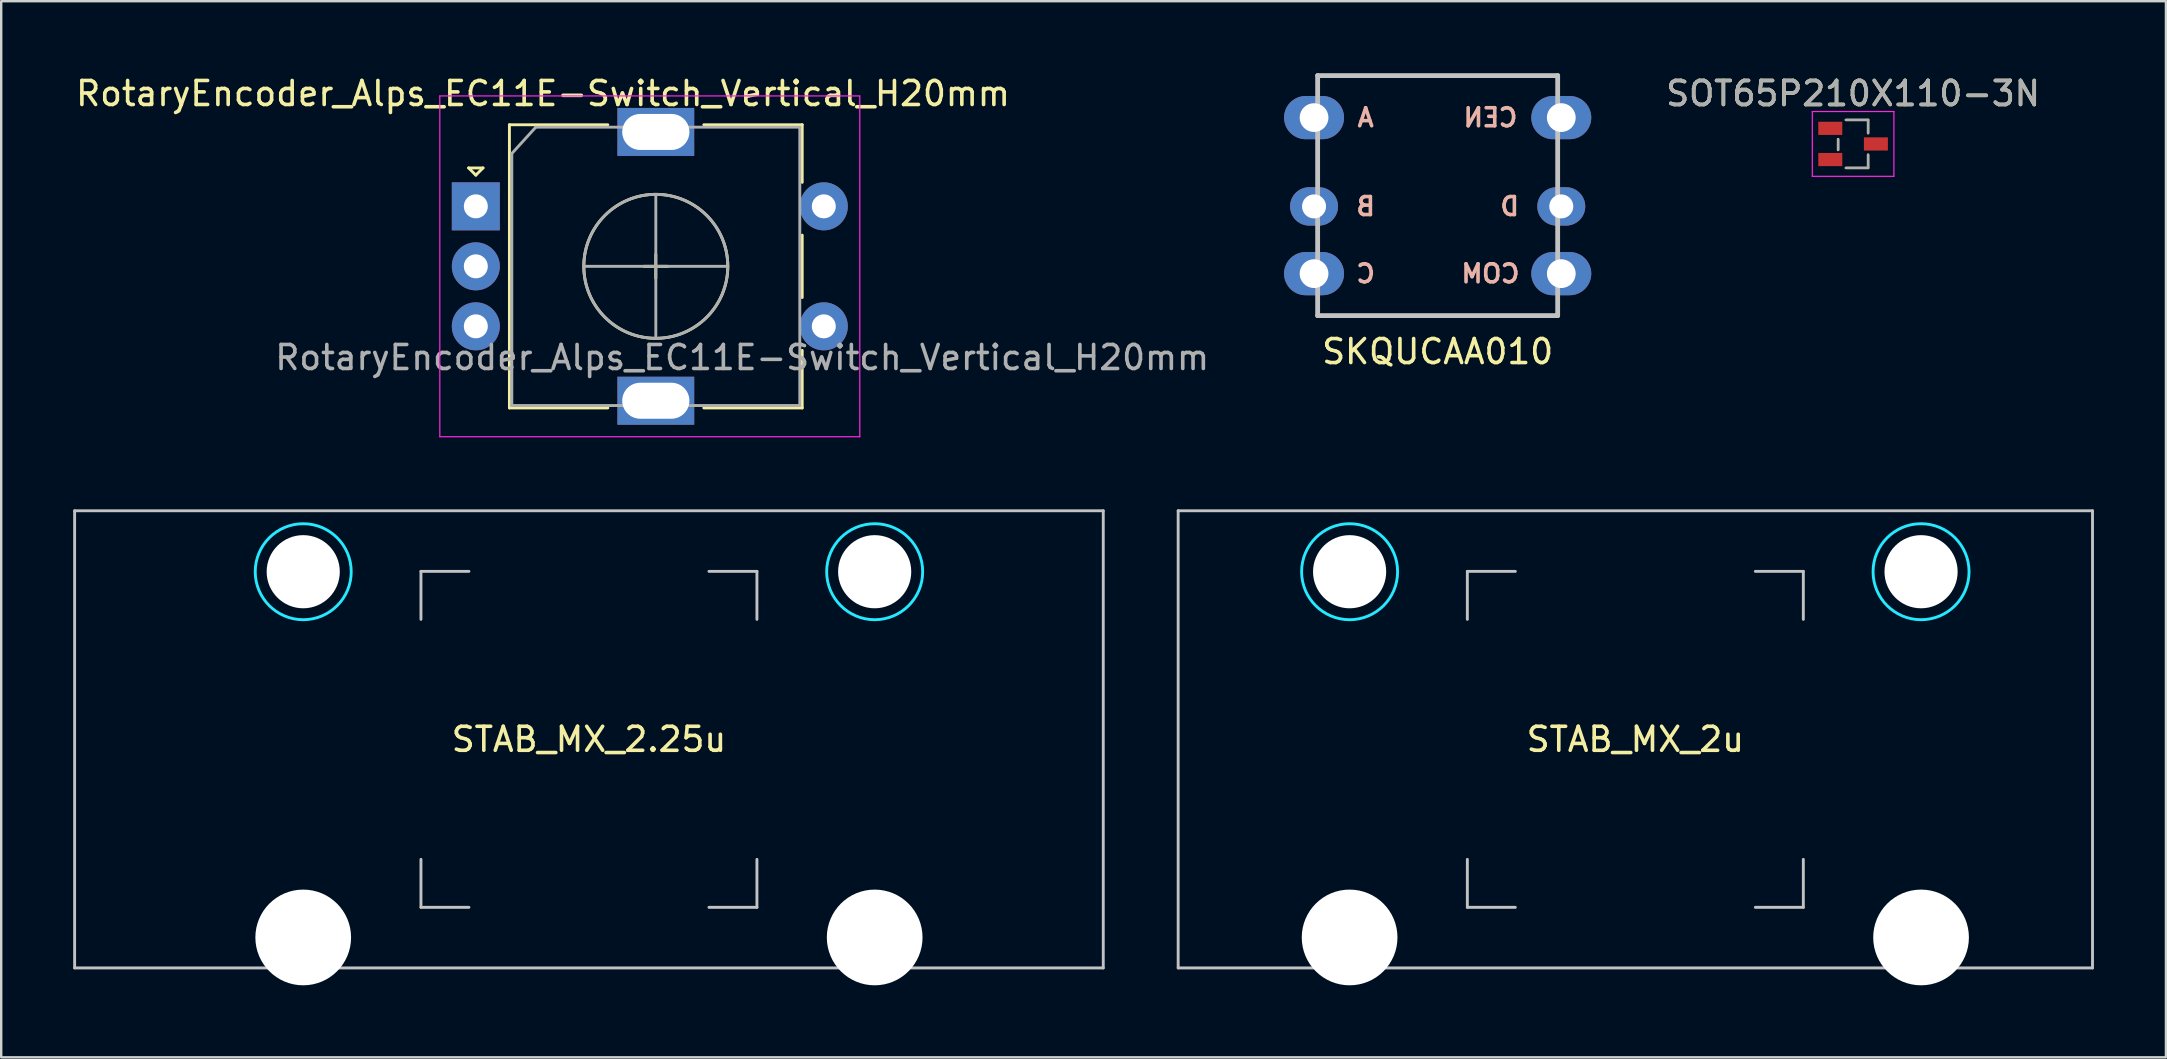
<source format=kicad_pcb>
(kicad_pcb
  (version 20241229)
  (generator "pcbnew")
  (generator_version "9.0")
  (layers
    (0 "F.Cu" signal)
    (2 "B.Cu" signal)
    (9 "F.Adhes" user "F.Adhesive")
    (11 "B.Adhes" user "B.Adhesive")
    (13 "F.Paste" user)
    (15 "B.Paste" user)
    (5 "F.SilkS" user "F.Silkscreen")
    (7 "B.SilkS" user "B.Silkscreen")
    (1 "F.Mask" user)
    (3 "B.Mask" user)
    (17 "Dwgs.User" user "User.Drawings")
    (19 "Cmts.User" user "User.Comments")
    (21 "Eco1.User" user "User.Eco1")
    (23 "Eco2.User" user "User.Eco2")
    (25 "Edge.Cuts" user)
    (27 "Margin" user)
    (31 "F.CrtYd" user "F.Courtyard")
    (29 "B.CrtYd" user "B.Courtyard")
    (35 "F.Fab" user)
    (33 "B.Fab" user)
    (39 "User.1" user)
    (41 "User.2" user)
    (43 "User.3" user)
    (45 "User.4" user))
  (footprint "STAB_MX_2.25u"
    (layer "F.Cu")
    (at 21.491 27.758)
    (property "Reference" "STAB_MX_2.25u" (at 0 0 0) (layer "F.SilkS") (effects (font (size 1 1) (thickness 0.15))))
    (attr through_hole exclude_from_pos_files exclude_from_bom)
    (fp_line (start -21.431 -9.525) (end -21.431 9.525) (stroke (width 0.12) (type solid)) (layer "Dwgs.User"))
    (fp_line (start -21.431 -9.525) (end 21.431 -9.525) (stroke (width 0.12) (type solid)) (layer "Dwgs.User"))
    (fp_line (start -21.431 9.525) (end 21.431 9.525) (stroke (width 0.12) (type solid)) (layer "Dwgs.User"))
    (fp_line (start -7 -7) (end -5 -7) (stroke (width 0.12) (type solid)) (layer "Dwgs.User"))
    (fp_line (start -7 -5) (end -7 -7) (stroke (width 0.12) (type solid)) (layer "Dwgs.User"))
    (fp_line (start -7 7) (end -7 5) (stroke (width 0.12) (type solid)) (layer "Dwgs.User"))
    (fp_line (start -5 7) (end -7 7) (stroke (width 0.12) (type solid)) (layer "Dwgs.User"))
    (fp_line (start 5 -7) (end 7 -7) (stroke (width 0.12) (type solid)) (layer "Dwgs.User"))
    (fp_line (start 5 7) (end 7 7) (stroke (width 0.12) (type solid)) (layer "Dwgs.User"))
    (fp_line (start 7 -7) (end 7 -5) (stroke (width 0.12) (type solid)) (layer "Dwgs.User"))
    (fp_line (start 7 7) (end 7 5) (stroke (width 0.12) (type solid)) (layer "Dwgs.User"))
    (fp_line (start 21.431 -9.525) (end 21.431 9.525) (stroke (width 0.12) (type solid)) (layer "Dwgs.User"))
    (fp_line (start -15.281 -5.5) (end -15.281 7.5) (stroke (width 0.05) (type solid)) (layer "Eco2.User"))
    (fp_line (start -14.781 -6) (end -9.031 -6) (stroke (width 0.05) (type solid)) (layer "Eco2.User"))
    (fp_line (start -14.781 8) (end -9.031 8) (stroke (width 0.05) (type solid)) (layer "Eco2.User"))
    (fp_line (start -8.531 -5.5) (end -8.531 7.5) (stroke (width 0.05) (type solid)) (layer "Eco2.User"))
    (fp_line (start 8.531 -5.5) (end 8.531 7.5) (stroke (width 0.05) (type solid)) (layer "Eco2.User"))
    (fp_line (start 9.031 -6) (end 14.78 -6) (stroke (width 0.05) (type solid)) (layer "Eco2.User"))
    (fp_line (start 9.031 8) (end 14.781 8) (stroke (width 0.05) (type solid)) (layer "Eco2.User"))
    (fp_line (start 15.28 -5.5) (end 15.281 7.5) (stroke (width 0.05) (type solid)) (layer "Eco2.User"))
    (fp_arc (start -15.28125 -5.499999) (mid -15.134803 -5.853552) (end -14.78125 -5.999999) (stroke (width 0.05) (type solid)) (layer "Eco2.User"))
    (fp_arc (start -14.78125 8.000001) (mid -15.134803 7.853554) (end -15.28125 7.500001) (stroke (width 0.05) (type solid)) (layer "Eco2.User"))
    (fp_arc (start -9.03125 -5.999999) (mid -8.677697 -5.853552) (end -8.53125 -5.499999) (stroke (width 0.05) (type solid)) (layer "Eco2.User"))
    (fp_arc (start -8.53125 7.500001) (mid -8.677697 7.853554) (end -9.03125 8.000001) (stroke (width 0.05) (type solid)) (layer "Eco2.User"))
    (fp_arc (start 8.53125 -5.499999) (mid 8.677697 -5.853552) (end 9.03125 -5.999999) (stroke (width 0.05) (type solid)) (layer "Eco2.User"))
    (fp_arc (start 9.03125 8.000001) (mid 8.677697 7.853554) (end 8.53125 7.500001) (stroke (width 0.05) (type solid)) (layer "Eco2.User"))
    (fp_arc (start 14.780039 -5.999999) (mid 15.133592 -5.853552) (end 15.280039 -5.499999) (stroke (width 0.05) (type solid)) (layer "Eco2.User"))
    (fp_arc (start 15.28125 7.500001) (mid 15.134803 7.853554) (end 14.78125 8.000001) (stroke (width 0.05) (type solid)) (layer "Eco2.User"))
    (fp_circle (center -11.906 -6.985) (end -9.906 -6.985) (stroke (width 0.12) (type solid)) (fill no) (layer "B.CrtYd"))
    (fp_circle (center 11.906 -6.985) (end 13.906 -6.985) (stroke (width 0.12) (type solid)) (fill no) (layer "B.CrtYd"))
    (pad "" np_thru_hole circle (at -11.906 -6.985) (size 3.048 3.048) (drill 3.048) (layers "*.Cu" "*.Mask"))
    (pad "" np_thru_hole circle (at -11.906 8.255) (size 3.988 3.988) (drill 3.988) (layers "*.Cu" "*.Mask"))
    (pad "" np_thru_hole circle (at 11.906 -6.985) (size 3.048 3.048) (drill 3.048) (layers "*.Cu" "*.Mask"))
    (pad "" np_thru_hole circle (at 11.906 8.255) (size 3.988 3.988) (drill 3.988) (layers "*.Cu" "*.Mask")))
  (footprint "SOT65P210X110-3N"
    (layer "F.Cu")
    (at 74.167 2.948)
    (property "Reference" "SOT65P210X110-3N" (at 0 -2.1 0) (layer "F.SilkS") (effects (font (size 1 1) (thickness 0.15))))
    (attr smd)
    (fp_line (start -0.625 0.25) (end -0.625 -0.2) (stroke (width 0.1) (type solid)) (layer "F.SilkS"))
    (fp_line (start -0.3 -1) (end 0.625 -1) (stroke (width 0.1) (type solid)) (layer "F.SilkS"))
    (fp_line (start -0.3 1) (end 0.625 1) (stroke (width 0.1) (type solid)) (layer "F.SilkS"))
    (fp_line (start 0.625 -1) (end 0.625 -0.45) (stroke (width 0.1) (type solid)) (layer "F.SilkS"))
    (fp_line (start 0.625 0.45) (end 0.625 1) (stroke (width 0.1) (type solid)) (layer "F.SilkS"))
    (fp_line (start -1.7 -1.35) (end 1.7 -1.35) (stroke (width 0.05) (type solid)) (layer "F.CrtYd"))
    (fp_line (start -1.7 1.35) (end -1.7 -1.35) (stroke (width 0.05) (type solid)) (layer "F.CrtYd"))
    (fp_line (start 1.7 -1.35) (end 1.7 1.35) (stroke (width 0.05) (type solid)) (layer "F.CrtYd"))
    (fp_line (start 1.7 1.35) (end -1.7 1.35) (stroke (width 0.05) (type solid)) (layer "F.CrtYd"))
    (fp_line (start -0.625 0.25) (end -0.625 -0.2) (stroke (width 0.1) (type solid)) (layer "F.Fab"))
    (fp_line (start -0.3 -1) (end 0.625 -1) (stroke (width 0.1) (type solid)) (layer "F.Fab"))
    (fp_line (start 0.625 -1) (end 0.625 -0.45) (stroke (width 0.1) (type solid)) (layer "F.Fab"))
    (fp_line (start 0.625 0.45) (end 0.625 1) (stroke (width 0.1) (type solid)) (layer "F.Fab"))
    (fp_line (start 0.625 1) (end -0.3 1) (stroke (width 0.1) (type solid)) (layer "F.Fab"))
    (fp_text user "${REFERENCE}" (at 0 -2.1 0) (layer "F.Fab") (effects (font (size 1 1) (thickness 0.15))))
    (pad "1" smd rect (at -0.95 -0.65 90) (size 0.55 1) (layers "F.Cu" "F.Mask" "F.Paste"))
    (pad "2" smd rect (at -0.95 0.65 90) (size 0.55 1) (layers "F.Cu" "F.Mask" "F.Paste"))
    (pad "3" smd rect (at 0.95 0 90) (size 0.55 1) (layers "F.Cu" "F.Mask" "F.Paste")))
  (footprint "STAB_MX_2u"
    (layer "F.Cu")
    (at 65.093 27.758)
    (property "Reference" "STAB_MX_2u" (at 0 0 0) (layer "F.SilkS") (effects (font (size 1 1) (thickness 0.15))))
    (attr through_hole exclude_from_pos_files exclude_from_bom)
    (fp_line (start -19.05 -9.525) (end -19.05 9.525) (stroke (width 0.12) (type solid)) (layer "Dwgs.User"))
    (fp_line (start -19.05 -9.525) (end 19.05 -9.525) (stroke (width 0.12) (type solid)) (layer "Dwgs.User"))
    (fp_line (start -19.05 9.525) (end 19.05 9.525) (stroke (width 0.12) (type solid)) (layer "Dwgs.User"))
    (fp_line (start -7 -7) (end -5 -7) (stroke (width 0.12) (type solid)) (layer "Dwgs.User"))
    (fp_line (start -7 -5) (end -7 -7) (stroke (width 0.12) (type solid)) (layer "Dwgs.User"))
    (fp_line (start -7 7) (end -7 5) (stroke (width 0.12) (type solid)) (layer "Dwgs.User"))
    (fp_line (start -5 7) (end -7 7) (stroke (width 0.12) (type solid)) (layer "Dwgs.User"))
    (fp_line (start 5 -7) (end 7 -7) (stroke (width 0.12) (type solid)) (layer "Dwgs.User"))
    (fp_line (start 5 7) (end 7 7) (stroke (width 0.12) (type solid)) (layer "Dwgs.User"))
    (fp_line (start 7 -7) (end 7 -5) (stroke (width 0.12) (type solid)) (layer "Dwgs.User"))
    (fp_line (start 7 7) (end 7 5) (stroke (width 0.12) (type solid)) (layer "Dwgs.User"))
    (fp_line (start 19.05 -9.525) (end 19.05 9.525) (stroke (width 0.12) (type solid)) (layer "Dwgs.User"))
    (fp_line (start -15.281 -5.5) (end -15.281 7.5) (stroke (width 0.05) (type solid)) (layer "Eco2.User"))
    (fp_line (start -14.781 -6) (end -9.031 -6) (stroke (width 0.05) (type solid)) (layer "Eco2.User"))
    (fp_line (start -14.781 8) (end -9.031 8) (stroke (width 0.05) (type solid)) (layer "Eco2.User"))
    (fp_line (start -8.531 -5.5) (end -8.531 7.5) (stroke (width 0.05) (type solid)) (layer "Eco2.User"))
    (fp_line (start 8.531 -5.5) (end 8.531 7.5) (stroke (width 0.05) (type solid)) (layer "Eco2.User"))
    (fp_line (start 9.031 -6) (end 14.78 -6) (stroke (width 0.05) (type solid)) (layer "Eco2.User"))
    (fp_line (start 9.031 8) (end 14.781 8) (stroke (width 0.05) (type solid)) (layer "Eco2.User"))
    (fp_line (start 15.28 -5.5) (end 15.281 7.5) (stroke (width 0.05) (type solid)) (layer "Eco2.User"))
    (fp_arc (start -15.28125 -5.499999) (mid -15.134803 -5.853552) (end -14.78125 -5.999999) (stroke (width 0.05) (type solid)) (layer "Eco2.User"))
    (fp_arc (start -14.78125 8.000001) (mid -15.134803 7.853554) (end -15.28125 7.500001) (stroke (width 0.05) (type solid)) (layer "Eco2.User"))
    (fp_arc (start -9.03125 -5.999999) (mid -8.677697 -5.853552) (end -8.53125 -5.499999) (stroke (width 0.05) (type solid)) (layer "Eco2.User"))
    (fp_arc (start -8.53125 7.500001) (mid -8.677697 7.853554) (end -9.03125 8.000001) (stroke (width 0.05) (type solid)) (layer "Eco2.User"))
    (fp_arc (start 8.53125 -5.499999) (mid 8.677697 -5.853552) (end 9.03125 -5.999999) (stroke (width 0.05) (type solid)) (layer "Eco2.User"))
    (fp_arc (start 9.03125 8.000001) (mid 8.677697 7.853554) (end 8.53125 7.500001) (stroke (width 0.05) (type solid)) (layer "Eco2.User"))
    (fp_arc (start 14.780039 -5.999999) (mid 15.133592 -5.853552) (end 15.280039 -5.499999) (stroke (width 0.05) (type solid)) (layer "Eco2.User"))
    (fp_arc (start 15.28125 7.500001) (mid 15.134803 7.853554) (end 14.78125 8.000001) (stroke (width 0.05) (type solid)) (layer "Eco2.User"))
    (fp_circle (center -11.906 -6.985) (end -9.906 -6.985) (stroke (width 0.12) (type solid)) (fill no) (layer "B.CrtYd"))
    (fp_circle (center 11.906 -6.985) (end 13.906 -6.985) (stroke (width 0.12) (type solid)) (fill no) (layer "B.CrtYd"))
    (pad "" np_thru_hole circle (at -11.906 -6.985) (size 3.048 3.048) (drill 3.048) (layers "*.Cu" "*.Mask"))
    (pad "" np_thru_hole circle (at -11.906 8.255) (size 3.988 3.988) (drill 3.988) (layers "*.Cu" "*.Mask"))
    (pad "" np_thru_hole circle (at 11.906 -6.985) (size 3.048 3.048) (drill 3.048) (layers "*.Cu" "*.Mask"))
    (pad "" np_thru_hole circle (at 11.906 8.255) (size 3.988 3.988) (drill 3.988) (layers "*.Cu" "*.Mask")))
  (footprint "SKQUCAA010"
    (layer "F.Cu")
    (at 56.856 5.101)
    (property "Reference" "SKQUCAA010" (at 0 6.5 0) (layer "F.SilkS") (effects (font (size 1 1) (thickness 0.15))))
    (fp_line (start -5.001 -5.001) (end -5.001 5.001) (stroke (width 0.2) (type solid)) (layer "Dwgs.User"))
    (fp_line (start -5.001 5.001) (end 5.001 5.001) (stroke (width 0.2) (type solid)) (layer "Dwgs.User"))
    (fp_line (start 5.001 -5.001) (end -5.001 -5.001) (stroke (width 0.2) (type solid)) (layer "Dwgs.User"))
    (fp_line (start 5.001 5.001) (end 5.001 -5.001) (stroke (width 0.2) (type solid)) (layer "Dwgs.User"))
    (fp_text user "CEN" (at 2.2 -3.251 0) (layer "B.SilkS") (effects (font (size 0.75 0.75) (thickness 0.15) (bold yes)) (justify mirror)))
    (fp_text user "D" (at 3 0.45 0) (layer "B.SilkS") (effects (font (size 0.75 0.75) (thickness 0.15) (bold yes)) (justify mirror)))
    (fp_text user "C" (at -3 3.251 0) (layer "B.SilkS") (effects (font (size 0.75 0.75) (thickness 0.15) (bold yes)) (justify mirror)))
    (fp_text user "A" (at -3 -3.251 0) (layer "B.SilkS") (effects (font (size 0.75 0.75) (thickness 0.15) (bold yes)) (justify mirror)))
    (fp_text user "B" (at -3 0.45 0) (layer "B.SilkS") (effects (font (size 0.75 0.75) (thickness 0.15) (bold yes)) (justify mirror)))
    (fp_text user "COM" (at 2.2 3.251 0) (layer "B.SilkS") (effects (font (size 0.75 0.75) (thickness 0.15) (bold yes)) (justify mirror)))
    (pad "1" thru_hole oval (at -5.151 -3.251) (size 2.499 1.801) (drill 1.199) (layers "*.Cu" "*.Mask"))
    (pad "2" thru_hole oval (at -5.151 0.45) (size 1.999 1.6) (drill 1.001) (layers "*.Cu" "*.Mask"))
    (pad "3" thru_hole oval (at -5.151 3.251) (size 2.499 1.801) (drill 1.199) (layers "*.Cu" "*.Mask"))
    (pad "4" thru_hole oval (at 5.151 3.251) (size 2.499 1.801) (drill 1.199) (layers "*.Cu" "*.Mask"))
    (pad "5" thru_hole oval (at 5.151 0.45) (size 1.999 1.6) (drill 1.001) (layers "*.Cu" "*.Mask"))
    (pad "6" thru_hole oval (at 5.151 -3.251) (size 2.499 1.801) (drill 1.199) (layers "*.Cu" "*.Mask")))
  (footprint "RotaryEncoder_Alps_EC11E-Switch_Vertical_H20mm"
    (layer "F.Cu")
    (at 24.277 8.048)
    (property "Reference" "RotaryEncoder_Alps_EC11E-Switch_Vertical_H20mm" (at -4.7 -7.2 0) (layer "F.SilkS") (effects (font (size 1 1) (thickness 0.15))))
    (attr through_hole)
    (fp_line (start -7.8 -4.1) (end -7.2 -4.1) (stroke (width 0.12) (type solid)) (layer "F.SilkS"))
    (fp_line (start -7.5 -3.8) (end -7.8 -4.1) (stroke (width 0.12) (type solid)) (layer "F.SilkS"))
    (fp_line (start -7.2 -4.1) (end -7.5 -3.8) (stroke (width 0.12) (type solid)) (layer "F.SilkS"))
    (fp_line (start -6.1 -5.9) (end -6.1 5.9) (stroke (width 0.12) (type solid)) (layer "F.SilkS"))
    (fp_line (start -2 -5.9) (end -6.1 -5.9) (stroke (width 0.12) (type solid)) (layer "F.SilkS"))
    (fp_line (start -2 5.9) (end -6.1 5.9) (stroke (width 0.12) (type solid)) (layer "F.SilkS"))
    (fp_line (start -0.5 0) (end 0.5 0) (stroke (width 0.12) (type solid)) (layer "F.SilkS"))
    (fp_line (start 0 -0.5) (end 0 0.5) (stroke (width 0.12) (type solid)) (layer "F.SilkS"))
    (fp_line (start 2 -5.9) (end 6.1 -5.9) (stroke (width 0.12) (type solid)) (layer "F.SilkS"))
    (fp_line (start 6.1 -5.9) (end 6.1 -3.5) (stroke (width 0.12) (type solid)) (layer "F.SilkS"))
    (fp_line (start 6.1 -1.3) (end 6.1 1.3) (stroke (width 0.12) (type solid)) (layer "F.SilkS"))
    (fp_line (start 6.1 3.5) (end 6.1 5.9) (stroke (width 0.12) (type solid)) (layer "F.SilkS"))
    (fp_line (start 6.1 5.9) (end 2 5.9) (stroke (width 0.12) (type solid)) (layer "F.SilkS"))
    (fp_circle (center 0 0) (end 3 0) (stroke (width 0.12) (type solid)) (fill no) (layer "F.SilkS"))
    (fp_line (start -9 -7.1) (end -9 7.1) (stroke (width 0.05) (type solid)) (layer "F.CrtYd"))
    (fp_line (start -9 -7.1) (end 8.5 -7.1) (stroke (width 0.05) (type solid)) (layer "F.CrtYd"))
    (fp_line (start 8.5 7.1) (end -9 7.1) (stroke (width 0.05) (type solid)) (layer "F.CrtYd"))
    (fp_line (start 8.5 7.1) (end 8.5 -7.1) (stroke (width 0.05) (type solid)) (layer "F.CrtYd"))
    (fp_line (start -6 -4.7) (end -5 -5.8) (stroke (width 0.12) (type solid)) (layer "F.Fab"))
    (fp_line (start -6 5.8) (end -6 -4.7) (stroke (width 0.12) (type solid)) (layer "F.Fab"))
    (fp_line (start -5 -5.8) (end 6 -5.8) (stroke (width 0.12) (type solid)) (layer "F.Fab"))
    (fp_line (start -3 0) (end 3 0) (stroke (width 0.12) (type solid)) (layer "F.Fab"))
    (fp_line (start 0 -3) (end 0 3) (stroke (width 0.12) (type solid)) (layer "F.Fab"))
    (fp_line (start 6 -5.8) (end 6 5.8) (stroke (width 0.12) (type solid)) (layer "F.Fab"))
    (fp_line (start 6 5.8) (end -6 5.8) (stroke (width 0.12) (type solid)) (layer "F.Fab"))
    (fp_circle (center 0 0) (end 3 0) (stroke (width 0.12) (type solid)) (fill no) (layer "F.Fab"))
    (fp_text user "${REFERENCE}" (at 3.6 3.8 0) (layer "F.Fab") (effects (font (size 1 1) (thickness 0.15))))
    (pad "A" thru_hole rect (at -7.5 -2.5) (size 2 2) (drill 1) (layers "*.Cu" "*.Mask"))
    (pad "B" thru_hole circle (at -7.5 2.5) (size 2 2) (drill 1) (layers "*.Cu" "*.Mask"))
    (pad "C" thru_hole circle (at -7.5 0) (size 2 2) (drill 1) (layers "*.Cu" "*.Mask"))
    (pad "MP" thru_hole rect (at 0 -5.6) (size 3.2 2) (drill oval 2.8 1.5) (layers "*.Cu" "*.Mask"))
    (pad "MP" thru_hole rect (at 0 5.6) (size 3.2 2) (drill oval 2.8 1.5) (layers "*.Cu" "*.Mask"))
    (pad "S1" thru_hole circle (at 7 2.5) (size 2 2) (drill 1) (layers "*.Cu" "*.Mask"))
    (pad "S2" thru_hole circle (at 7 -2.5) (size 2 2) (drill 1) (layers "*.Cu" "*.Mask")))
  (gr_rect
    (start -3 -3)
    (end 87.203 41.007)
    (stroke (width 0.1) (type default))
    (fill no)
    (layer "Edge.Cuts")))
</source>
